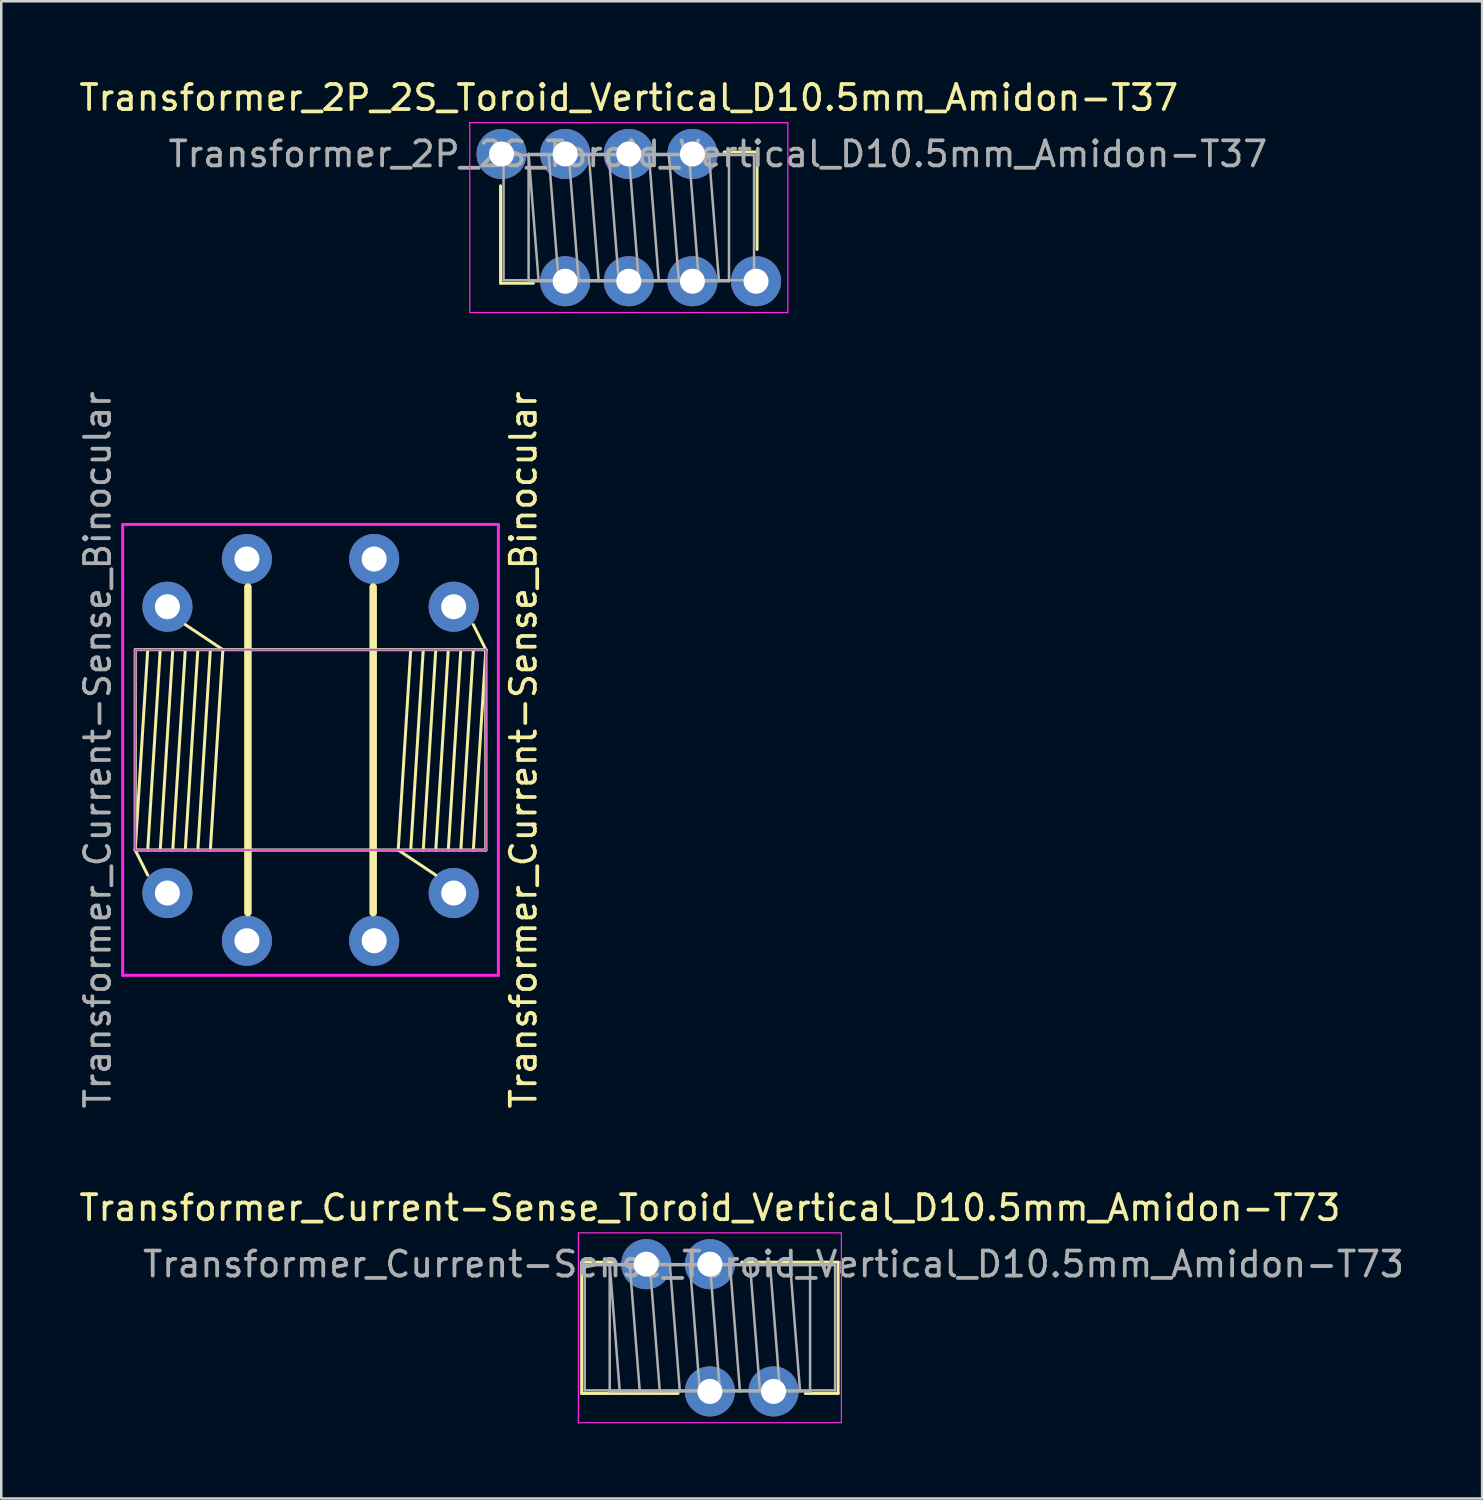
<source format=kicad_pcb>
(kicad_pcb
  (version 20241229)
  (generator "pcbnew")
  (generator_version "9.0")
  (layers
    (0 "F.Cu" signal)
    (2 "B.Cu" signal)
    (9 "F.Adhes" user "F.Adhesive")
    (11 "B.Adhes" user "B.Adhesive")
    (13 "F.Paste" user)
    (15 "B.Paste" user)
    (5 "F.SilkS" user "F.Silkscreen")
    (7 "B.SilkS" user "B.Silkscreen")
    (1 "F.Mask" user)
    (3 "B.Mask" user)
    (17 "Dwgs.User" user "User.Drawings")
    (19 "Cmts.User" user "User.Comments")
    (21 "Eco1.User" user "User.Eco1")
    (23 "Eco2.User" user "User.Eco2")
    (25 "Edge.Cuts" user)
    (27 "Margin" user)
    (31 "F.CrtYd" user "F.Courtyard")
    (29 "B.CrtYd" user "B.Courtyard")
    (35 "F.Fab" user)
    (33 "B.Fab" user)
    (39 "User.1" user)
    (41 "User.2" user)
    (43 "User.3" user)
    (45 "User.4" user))
  (footprint "Transformer_Current-Sense_Binocular"
    (layer "F.Cu")
    (at 9.348 26.888)
    (property "Reference" "Transformer_Current-Sense_Binocular" (at 8.5 0 90) (layer "F.SilkS") (effects (font (size 1 1) (thickness 0.15))))
    (attr through_hole)
    (fp_line (start -7 -4) (end -7 4) (stroke (width 0.12) (type solid)) (layer "F.SilkS"))
    (fp_line (start -7 -4) (end 7 -4) (stroke (width 0.12) (type solid)) (layer "F.SilkS"))
    (fp_line (start -7 4) (end -6.5 -4) (stroke (width 0.12) (type solid)) (layer "F.SilkS"))
    (fp_line (start -7 4) (end -6.5 5) (stroke (width 0.12) (type solid)) (layer "F.SilkS"))
    (fp_line (start -7 4) (end 7 4) (stroke (width 0.12) (type solid)) (layer "F.SilkS"))
    (fp_line (start -6.5 4) (end -6 -4) (stroke (width 0.12) (type solid)) (layer "F.SilkS"))
    (fp_line (start -6 4) (end -5.5 -4) (stroke (width 0.12) (type solid)) (layer "F.SilkS"))
    (fp_line (start -5.5 4) (end -5 -4) (stroke (width 0.12) (type solid)) (layer "F.SilkS"))
    (fp_line (start -5 4) (end -4.5 -4) (stroke (width 0.12) (type solid)) (layer "F.SilkS"))
    (fp_line (start -4.5 4) (end -4 -4) (stroke (width 0.12) (type solid)) (layer "F.SilkS"))
    (fp_line (start -4 4) (end -3.5 -4) (stroke (width 0.12) (type solid)) (layer "F.SilkS"))
    (fp_line (start -3.5 -4) (end -5 -5) (stroke (width 0.12) (type solid)) (layer "F.SilkS"))
    (fp_line (start -2.5 6.5) (end -2.5 -6.5) (stroke (width 0.3) (type solid)) (layer "F.SilkS"))
    (fp_line (start 2.5 6.5) (end 2.5 -6.5) (stroke (width 0.3) (type solid)) (layer "F.SilkS"))
    (fp_line (start 3.5 4) (end 4 -4) (stroke (width 0.12) (type solid)) (layer "F.SilkS"))
    (fp_line (start 3.5 4) (end 5 5) (stroke (width 0.12) (type solid)) (layer "F.SilkS"))
    (fp_line (start 4 4) (end 4.5 -4) (stroke (width 0.12) (type solid)) (layer "F.SilkS"))
    (fp_line (start 4.5 4) (end 5 -4) (stroke (width 0.12) (type solid)) (layer "F.SilkS"))
    (fp_line (start 5 4) (end 5.5 -4) (stroke (width 0.12) (type solid)) (layer "F.SilkS"))
    (fp_line (start 5.5 4) (end 6 -4) (stroke (width 0.12) (type solid)) (layer "F.SilkS"))
    (fp_line (start 6 4) (end 6.5 -4) (stroke (width 0.12) (type solid)) (layer "F.SilkS"))
    (fp_line (start 6.5 4) (end 7 -4) (stroke (width 0.12) (type solid)) (layer "F.SilkS"))
    (fp_line (start 7 -4) (end 6.5 -5) (stroke (width 0.12) (type solid)) (layer "F.SilkS"))
    (fp_line (start 7 -4) (end 7 4) (stroke (width 0.12) (type solid)) (layer "F.SilkS"))
    (fp_line (start -7.5 -9) (end 7.5 -9) (stroke (width 0.12) (type solid)) (layer "F.CrtYd"))
    (fp_line (start -7.5 9) (end -7.5 -9) (stroke (width 0.12) (type solid)) (layer "F.CrtYd"))
    (fp_line (start -7 -4) (end -7 4) (stroke (width 0.05) (type solid)) (layer "F.CrtYd"))
    (fp_line (start -7 4) (end 7 4) (stroke (width 0.05) (type solid)) (layer "F.CrtYd"))
    (fp_line (start 7 -4) (end -7 -4) (stroke (width 0.05) (type solid)) (layer "F.CrtYd"))
    (fp_line (start 7 4) (end 7 -4) (stroke (width 0.05) (type solid)) (layer "F.CrtYd"))
    (fp_line (start 7.5 -9) (end 7.5 9) (stroke (width 0.12) (type solid)) (layer "F.CrtYd"))
    (fp_line (start 7.5 9) (end -7.5 9) (stroke (width 0.12) (type solid)) (layer "F.CrtYd"))
    (fp_line (start -7 -4) (end -7 4) (stroke (width 0.1) (type solid)) (layer "F.Fab"))
    (fp_line (start -7 4) (end 7 4) (stroke (width 0.1) (type solid)) (layer "F.Fab"))
    (fp_line (start 7 -4) (end -7 -4) (stroke (width 0.1) (type solid)) (layer "F.Fab"))
    (fp_line (start 7 4) (end 7 -4) (stroke (width 0.1) (type solid)) (layer "F.Fab"))
    (fp_text user "${REFERENCE}" (at -8.5 0 90) (layer "F.Fab") (effects (font (size 1 1) (thickness 0.15))))
    (pad "1" thru_hole circle (at -2.54 7.62) (size 2 2) (drill 1) (layers "*.Cu" "*.Mask"))
    (pad "2" thru_hole circle (at -5.715 5.715) (size 2 2) (drill 1) (layers "*.Cu" "*.Mask"))
    (pad "3" thru_hole circle (at -5.715 -5.715) (size 2 2) (drill 1) (layers "*.Cu" "*.Mask"))
    (pad "4" thru_hole circle (at -2.54 -7.62) (size 2 2) (drill 1) (layers "*.Cu" "*.Mask"))
    (pad "5" thru_hole circle (at 2.54 -7.62) (size 2 2) (drill 1) (layers "*.Cu" "*.Mask"))
    (pad "6" thru_hole circle (at 5.715 -5.715) (size 2 2) (drill 1) (layers "*.Cu" "*.Mask"))
    (pad "7" thru_hole circle (at 5.715 5.715) (size 2 2) (drill 1) (layers "*.Cu" "*.Mask"))
    (pad "8" thru_hole circle (at 2.54 7.62) (size 2 2) (drill 1) (layers "*.Cu" "*.Mask")))
  (footprint "Transformer_Current-Sense_Toroid_Vertical_D10.5mm_Amidon-T73"
    (layer "F.Cu")
    (at 25.292 49.961)
    (property "Reference" "Transformer_Current-Sense_Toroid_Vertical_D10.5mm_Amidon-T73" (at 0 -4.79 0) (layer "F.SilkS") (effects (font (size 1 1) (thickness 0.15))))
    (attr through_hole)
    (fp_line (start -5.12 -2.62) (end -5.12 2.62) (stroke (width 0.12) (type solid)) (layer "F.SilkS"))
    (fp_line (start -5.12 -2.62) (end -3.835 -2.616) (stroke (width 0.12) (type solid)) (layer "F.SilkS"))
    (fp_line (start -5.12 2.62) (end -1.27 2.62) (stroke (width 0.12) (type solid)) (layer "F.SilkS"))
    (fp_line (start 1.27 -2.62) (end 5.12 -2.62) (stroke (width 0.12) (type solid)) (layer "F.SilkS"))
    (fp_line (start 3.81 2.62) (end 5.12 2.62) (stroke (width 0.12) (type solid)) (layer "F.SilkS"))
    (fp_line (start 5.12 -2.62) (end 5.12 2.62) (stroke (width 0.12) (type solid)) (layer "F.SilkS"))
    (fp_line (start -5.25 -3.79) (end -5.25 3.79) (stroke (width 0.05) (type solid)) (layer "F.CrtYd"))
    (fp_line (start -5.25 3.79) (end 5.25 3.79) (stroke (width 0.05) (type solid)) (layer "F.CrtYd"))
    (fp_line (start 5.25 -3.79) (end -5.25 -3.79) (stroke (width 0.05) (type solid)) (layer "F.CrtYd"))
    (fp_line (start 5.25 3.79) (end 5.25 -3.79) (stroke (width 0.05) (type solid)) (layer "F.CrtYd"))
    (fp_line (start -5 -2.5) (end -5 2.5) (stroke (width 0.1) (type solid)) (layer "F.Fab"))
    (fp_line (start -5 2.5) (end 5 2.5) (stroke (width 0.1) (type solid)) (layer "F.Fab"))
    (fp_line (start -4 -2.54) (end -4 2.54) (stroke (width 0.1) (type solid)) (layer "F.Fab"))
    (fp_line (start -4 -2.54) (end -3.6 2.54) (stroke (width 0.1) (type solid)) (layer "F.Fab"))
    (fp_line (start -4 2.54) (end 4 2.54) (stroke (width 0.1) (type solid)) (layer "F.Fab"))
    (fp_line (start -3.2 -2.54) (end -2.8 2.54) (stroke (width 0.1) (type solid)) (layer "F.Fab"))
    (fp_line (start -2.4 -2.54) (end -2 2.54) (stroke (width 0.1) (type solid)) (layer "F.Fab"))
    (fp_line (start -1.6 -2.54) (end -1.2 2.54) (stroke (width 0.1) (type solid)) (layer "F.Fab"))
    (fp_line (start -0.8 -2.54) (end -0.4 2.54) (stroke (width 0.1) (type solid)) (layer "F.Fab"))
    (fp_line (start 0 -2.54) (end 0.4 2.54) (stroke (width 0.1) (type solid)) (layer "F.Fab"))
    (fp_line (start 0.8 -2.54) (end 1.2 2.54) (stroke (width 0.1) (type solid)) (layer "F.Fab"))
    (fp_line (start 1.6 -2.54) (end 2 2.54) (stroke (width 0.1) (type solid)) (layer "F.Fab"))
    (fp_line (start 2.4 -2.54) (end 2.8 2.54) (stroke (width 0.1) (type solid)) (layer "F.Fab"))
    (fp_line (start 3.2 -2.54) (end 3.6 2.54) (stroke (width 0.1) (type solid)) (layer "F.Fab"))
    (fp_line (start 4 -2.54) (end -4 -2.54) (stroke (width 0.1) (type solid)) (layer "F.Fab"))
    (fp_line (start 4 2.54) (end 4 -2.54) (stroke (width 0.1) (type solid)) (layer "F.Fab"))
    (fp_line (start 5 -2.5) (end -5 -2.5) (stroke (width 0.1) (type solid)) (layer "F.Fab"))
    (fp_line (start 5 2.5) (end 5 -2.5) (stroke (width 0.1) (type solid)) (layer "F.Fab"))
    (fp_text user "${REFERENCE}" (at 2.54 -2.54 0) (layer "F.Fab") (effects (font (size 1 1) (thickness 0.15))))
    (pad "1" thru_hole circle (at 0 -2.54) (size 2 2) (drill 1) (layers "*.Cu" "*.Mask"))
    (pad "2" thru_hole circle (at 0 2.54) (size 2 2) (drill 1) (layers "*.Cu" "*.Mask"))
    (pad "3" thru_hole circle (at -2.54 -2.54) (size 2 2) (drill 1) (layers "*.Cu" "*.Mask"))
    (pad "4" thru_hole circle (at 2.54 2.54) (size 2 2) (drill 1) (layers "*.Cu" "*.Mask")))
  (footprint "Transformer_2P_2S_Toroid_Vertical_D10.5mm_Amidon-T37"
    (layer "F.Cu")
    (at 22.054 5.638)
    (property "Reference" "Transformer_2P_2S_Toroid_Vertical_D10.5mm_Amidon-T37" (at 0 -4.79 0) (layer "F.SilkS") (effects (font (size 1 1) (thickness 0.15))))
    (attr through_hole)
    (fp_line (start -5.12 -1.27) (end -5.12 2.62) (stroke (width 0.12) (type solid)) (layer "F.SilkS"))
    (fp_line (start -5.12 2.62) (end -3.81 2.62) (stroke (width 0.12) (type solid)) (layer "F.SilkS"))
    (fp_line (start 3.81 -2.62) (end 5.12 -2.62) (stroke (width 0.12) (type solid)) (layer "F.SilkS"))
    (fp_line (start 5.12 -2.62) (end 5.12 1.27) (stroke (width 0.12) (type solid)) (layer "F.SilkS"))
    (fp_line (start -6.35 -3.79) (end -6.35 3.79) (stroke (width 0.05) (type solid)) (layer "F.CrtYd"))
    (fp_line (start -6.35 3.79) (end 6.35 3.79) (stroke (width 0.05) (type solid)) (layer "F.CrtYd"))
    (fp_line (start 6.35 -3.79) (end -6.35 -3.79) (stroke (width 0.05) (type solid)) (layer "F.CrtYd"))
    (fp_line (start 6.35 3.79) (end 6.35 -3.79) (stroke (width 0.05) (type solid)) (layer "F.CrtYd"))
    (fp_line (start -5 -2.5) (end -5 2.5) (stroke (width 0.1) (type solid)) (layer "F.Fab"))
    (fp_line (start -5 2.5) (end 5 2.5) (stroke (width 0.1) (type solid)) (layer "F.Fab"))
    (fp_line (start -4 -2.54) (end -4 2.54) (stroke (width 0.1) (type solid)) (layer "F.Fab"))
    (fp_line (start -4 -2.54) (end -3.6 2.54) (stroke (width 0.1) (type solid)) (layer "F.Fab"))
    (fp_line (start -4 2.54) (end 4 2.54) (stroke (width 0.1) (type solid)) (layer "F.Fab"))
    (fp_line (start -3.2 -2.54) (end -2.8 2.54) (stroke (width 0.1) (type solid)) (layer "F.Fab"))
    (fp_line (start -2.4 -2.54) (end -2 2.54) (stroke (width 0.1) (type solid)) (layer "F.Fab"))
    (fp_line (start -1.6 -2.54) (end -1.2 2.54) (stroke (width 0.1) (type solid)) (layer "F.Fab"))
    (fp_line (start -0.8 -2.54) (end -0.4 2.54) (stroke (width 0.1) (type solid)) (layer "F.Fab"))
    (fp_line (start 0 -2.54) (end 0.4 2.54) (stroke (width 0.1) (type solid)) (layer "F.Fab"))
    (fp_line (start 0.8 -2.54) (end 1.2 2.54) (stroke (width 0.1) (type solid)) (layer "F.Fab"))
    (fp_line (start 1.6 -2.54) (end 2 2.54) (stroke (width 0.1) (type solid)) (layer "F.Fab"))
    (fp_line (start 2.4 -2.54) (end 2.8 2.54) (stroke (width 0.1) (type solid)) (layer "F.Fab"))
    (fp_line (start 3.2 -2.54) (end 3.6 2.54) (stroke (width 0.1) (type solid)) (layer "F.Fab"))
    (fp_line (start 4 -2.54) (end -4 -2.54) (stroke (width 0.1) (type solid)) (layer "F.Fab"))
    (fp_line (start 4 2.54) (end 4 -2.54) (stroke (width 0.1) (type solid)) (layer "F.Fab"))
    (fp_line (start 5 -2.5) (end -5 -2.5) (stroke (width 0.1) (type solid)) (layer "F.Fab"))
    (fp_line (start 5 2.5) (end 5 -2.5) (stroke (width 0.1) (type solid)) (layer "F.Fab"))
    (fp_text user "${REFERENCE}" (at 3.556 -2.54 0) (layer "F.Fab") (effects (font (size 1 1) (thickness 0.15))))
    (pad "1" thru_hole circle (at -5.08 -2.54) (size 2 2) (drill 1) (layers "*.Cu" "*.Mask"))
    (pad "2" thru_hole circle (at -2.54 2.54) (size 2 2) (drill 1) (layers "*.Cu" "*.Mask"))
    (pad "3" thru_hole circle (at -2.54 -2.54) (size 2 2) (drill 1) (layers "*.Cu" "*.Mask"))
    (pad "4" thru_hole circle (at 0 2.54) (size 2 2) (drill 1) (layers "*.Cu" "*.Mask"))
    (pad "5" thru_hole circle (at 0 -2.54) (size 2 2) (drill 1) (layers "*.Cu" "*.Mask"))
    (pad "6" thru_hole circle (at 2.54 2.54) (size 2 2) (drill 1) (layers "*.Cu" "*.Mask"))
    (pad "7" thru_hole circle (at 2.54 -2.54) (size 2 2) (drill 1) (layers "*.Cu" "*.Mask"))
    (pad "8" thru_hole circle (at 5.08 2.54) (size 2 2) (drill 1) (layers "*.Cu" "*.Mask")))
  (gr_rect
    (start -3 -3)
    (end 56.123 56.776)
    (stroke (width 0.1) (type default))
    (fill no)
    (layer "Edge.Cuts")))
</source>
